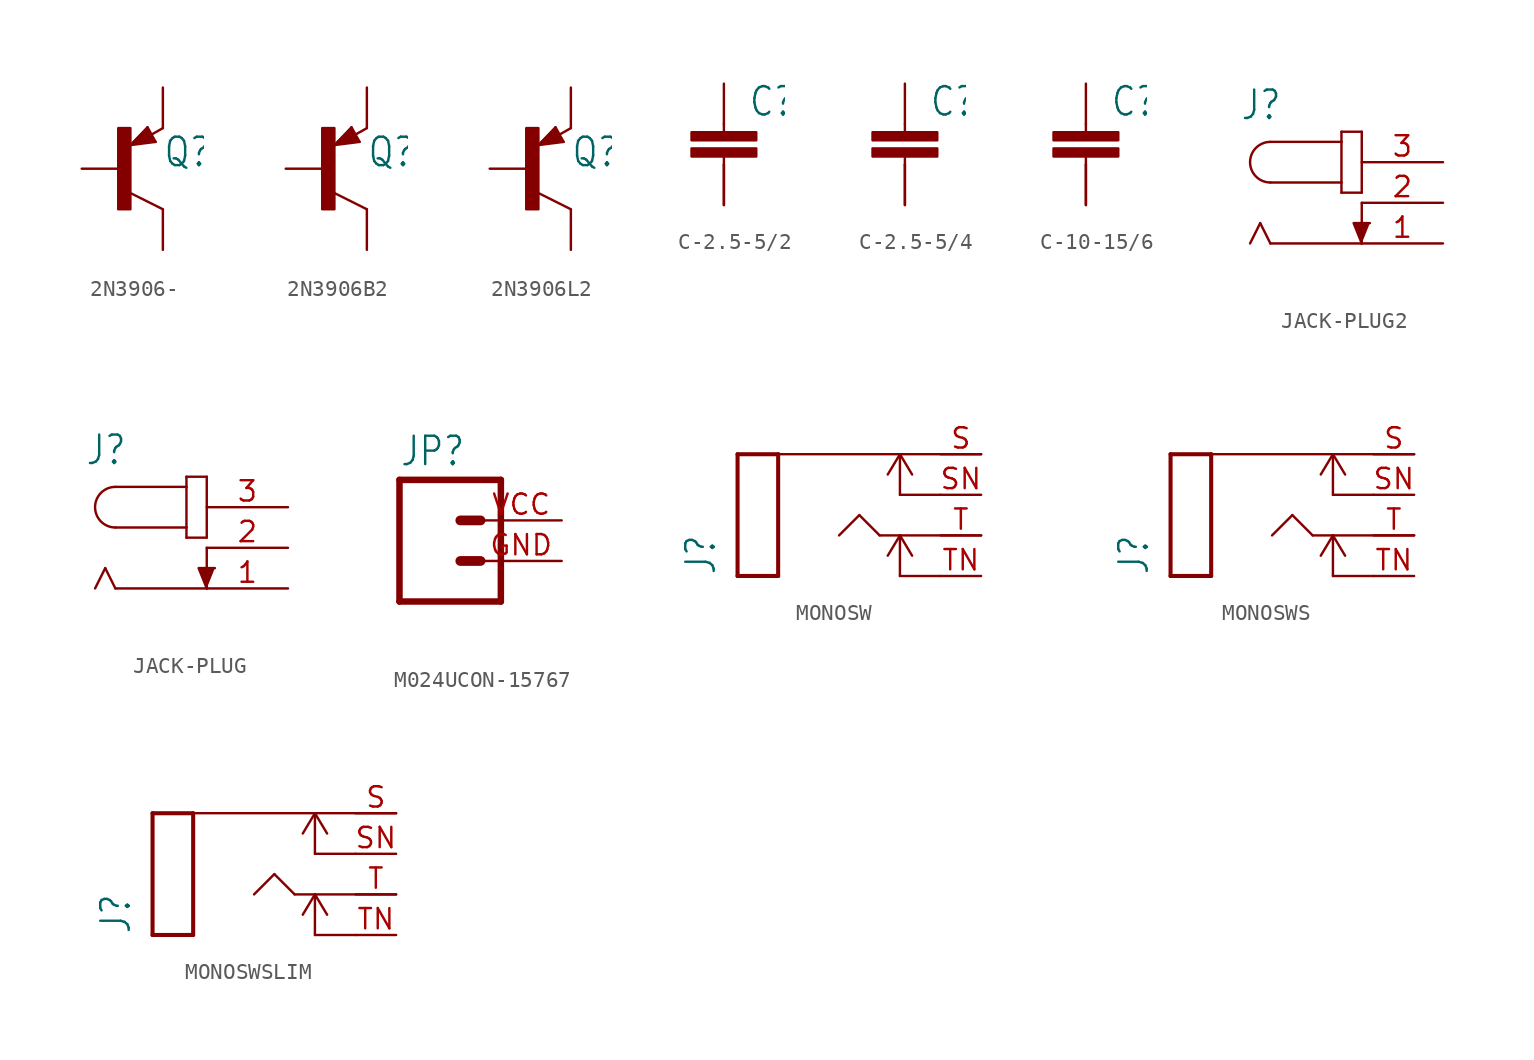
<source format=kicad_sym>
(kicad_symbol_lib
  (version 20231120)
  (generator "kicad_symbol_editor")
  (generator_version "8.0")
  (symbol "2N3906-"
    (property "Reference" "Q"
      (at 2.54 0 0)
      (effects (font (size 1.778 1.511)) (justify left bottom)))
    (property "Value" ""
      (at 2.54 -2.54 0)
      (effects (font (size 1.778 1.511)) (justify left bottom)))
    (property "ki_locked" ""
      (at 0 0 0)
      (effects (font (size 1.27 1.27))))
    (symbol "2N3906-_1_0"
      (rectangle (start -0.254 -2.54) (end 0.508 2.54) (stroke (width 0) (type default)) (fill (type outline)))
      (polyline (pts (xy 0.516 1.478) (xy 2.086 1.678)) (stroke (width 0.152) (type solid)) (fill (type none)))
      (polyline (pts (xy 0.762 1.651) (xy 1.778 1.778)) (stroke (width 0.254) (type solid)) (fill (type none)))
      (polyline (pts (xy 1.143 1.905) (xy 1.524 1.905)) (stroke (width 0.254) (type solid)) (fill (type none)))
      (polyline (pts (xy 1.524 2.159) (xy 1.143 1.905)) (stroke (width 0.254) (type solid)) (fill (type none)))
      (polyline (pts (xy 1.524 2.413) (xy 0.762 1.651)) (stroke (width 0.254) (type solid)) (fill (type none)))
      (polyline (pts (xy 1.578 2.594) (xy 0.516 1.478)) (stroke (width 0.152) (type solid)) (fill (type none)))
      (polyline (pts (xy 1.778 1.778) (xy 1.524 2.159)) (stroke (width 0.254) (type solid)) (fill (type none)))
      (polyline (pts (xy 1.905 1.778) (xy 1.524 2.413)) (stroke (width 0.254) (type solid)) (fill (type none)))
      (polyline (pts (xy 2.086 1.678) (xy 1.578 2.594)) (stroke (width 0.152) (type solid)) (fill (type none)))
      (polyline (pts (xy 2.54 -2.54) (xy 0.508 -1.524)) (stroke (width 0.152) (type solid)) (fill (type none)))
      (polyline (pts (xy 2.54 2.54) (xy 1.808 2.124)) (stroke (width 0.152) (type solid)) (fill (type none)))
      (pin passive line (at 2.54 -5.08 90) (length 2.54) (name "C" (effects (font (size 0 0)))) (number "1" (effects (font (size 0 0)))))
      (pin passive line (at -2.54 0 0) (length 2.54) (name "B" (effects (font (size 0 0)))) (number "2" (effects (font (size 0 0)))))
      (pin passive line (at 2.54 5.08 270) (length 2.54) (name "E" (effects (font (size 0 0)))) (number "3" (effects (font (size 0 0)))))))
  (symbol "2N3906B2"
    (property "Reference" "Q"
      (at 2.54 0 0)
      (effects (font (size 1.778 1.511)) (justify left bottom)))
    (property "Value" ""
      (at 2.54 -2.54 0)
      (effects (font (size 1.778 1.511)) (justify left bottom)))
    (property "ki_locked" ""
      (at 0 0 0)
      (effects (font (size 1.27 1.27))))
    (symbol "2N3906B2_1_0"
      (rectangle (start -0.254 -2.54) (end 0.508 2.54) (stroke (width 0) (type default)) (fill (type outline)))
      (polyline (pts (xy 0.516 1.478) (xy 2.086 1.678)) (stroke (width 0.152) (type solid)) (fill (type none)))
      (polyline (pts (xy 0.762 1.651) (xy 1.778 1.778)) (stroke (width 0.254) (type solid)) (fill (type none)))
      (polyline (pts (xy 1.143 1.905) (xy 1.524 1.905)) (stroke (width 0.254) (type solid)) (fill (type none)))
      (polyline (pts (xy 1.524 2.159) (xy 1.143 1.905)) (stroke (width 0.254) (type solid)) (fill (type none)))
      (polyline (pts (xy 1.524 2.413) (xy 0.762 1.651)) (stroke (width 0.254) (type solid)) (fill (type none)))
      (polyline (pts (xy 1.578 2.594) (xy 0.516 1.478)) (stroke (width 0.152) (type solid)) (fill (type none)))
      (polyline (pts (xy 1.778 1.778) (xy 1.524 2.159)) (stroke (width 0.254) (type solid)) (fill (type none)))
      (polyline (pts (xy 1.905 1.778) (xy 1.524 2.413)) (stroke (width 0.254) (type solid)) (fill (type none)))
      (polyline (pts (xy 2.086 1.678) (xy 1.578 2.594)) (stroke (width 0.152) (type solid)) (fill (type none)))
      (polyline (pts (xy 2.54 -2.54) (xy 0.508 -1.524)) (stroke (width 0.152) (type solid)) (fill (type none)))
      (polyline (pts (xy 2.54 2.54) (xy 1.808 2.124)) (stroke (width 0.152) (type solid)) (fill (type none)))
      (pin passive line (at 2.54 -5.08 90) (length 2.54) (name "C" (effects (font (size 0 0)))) (number "1" (effects (font (size 0 0)))))
      (pin passive line (at -2.54 0 0) (length 2.54) (name "B" (effects (font (size 0 0)))) (number "2" (effects (font (size 0 0)))))
      (pin passive line (at 2.54 5.08 270) (length 2.54) (name "E" (effects (font (size 0 0)))) (number "3" (effects (font (size 0 0)))))))
  (symbol "2N3906L2"
    (property "Reference" "Q"
      (at 2.54 0 0)
      (effects (font (size 1.778 1.511)) (justify left bottom)))
    (property "Value" ""
      (at 2.54 -2.54 0)
      (effects (font (size 1.778 1.511)) (justify left bottom)))
    (property "ki_locked" ""
      (at 0 0 0)
      (effects (font (size 1.27 1.27))))
    (symbol "2N3906L2_1_0"
      (rectangle (start -0.254 -2.54) (end 0.508 2.54) (stroke (width 0) (type default)) (fill (type outline)))
      (polyline (pts (xy 0.516 1.478) (xy 2.086 1.678)) (stroke (width 0.152) (type solid)) (fill (type none)))
      (polyline (pts (xy 0.762 1.651) (xy 1.778 1.778)) (stroke (width 0.254) (type solid)) (fill (type none)))
      (polyline (pts (xy 1.143 1.905) (xy 1.524 1.905)) (stroke (width 0.254) (type solid)) (fill (type none)))
      (polyline (pts (xy 1.524 2.159) (xy 1.143 1.905)) (stroke (width 0.254) (type solid)) (fill (type none)))
      (polyline (pts (xy 1.524 2.413) (xy 0.762 1.651)) (stroke (width 0.254) (type solid)) (fill (type none)))
      (polyline (pts (xy 1.578 2.594) (xy 0.516 1.478)) (stroke (width 0.152) (type solid)) (fill (type none)))
      (polyline (pts (xy 1.778 1.778) (xy 1.524 2.159)) (stroke (width 0.254) (type solid)) (fill (type none)))
      (polyline (pts (xy 1.905 1.778) (xy 1.524 2.413)) (stroke (width 0.254) (type solid)) (fill (type none)))
      (polyline (pts (xy 2.086 1.678) (xy 1.578 2.594)) (stroke (width 0.152) (type solid)) (fill (type none)))
      (polyline (pts (xy 2.54 -2.54) (xy 0.508 -1.524)) (stroke (width 0.152) (type solid)) (fill (type none)))
      (polyline (pts (xy 2.54 2.54) (xy 1.808 2.124)) (stroke (width 0.152) (type solid)) (fill (type none)))
      (pin passive line (at 2.54 -5.08 90) (length 2.54) (name "C" (effects (font (size 0 0)))) (number "1" (effects (font (size 0 0)))))
      (pin passive line (at -2.54 0 0) (length 2.54) (name "B" (effects (font (size 0 0)))) (number "2" (effects (font (size 0 0)))))
      (pin passive line (at 2.54 5.08 270) (length 2.54) (name "E" (effects (font (size 0 0)))) (number "3" (effects (font (size 0 0)))))))
  (symbol "C-2.5-5/2"
    (property "Reference" "C"
      (at 1.524 0.381 0)
      (effects (font (size 1.778 1.511)) (justify left bottom)))
    (property "Value" ""
      (at 1.524 -4.699 0)
      (effects (font (size 1.778 1.511)) (justify left bottom)))
    (property "ki_locked" ""
      (at 0 0 0)
      (effects (font (size 1.27 1.27))))
    (symbol "C-2.5-5/2_1_0"
      (rectangle (start -2.032 -2.032) (end 2.032 -1.524) (stroke (width 0) (type default)) (fill (type outline)))
      (rectangle (start -2.032 -1.016) (end 2.032 -0.508) (stroke (width 0) (type default)) (fill (type outline)))
      (polyline (pts (xy 0 -2.54) (xy 0 -2.032)) (stroke (width 0.152) (type solid)) (fill (type none)))
      (polyline (pts (xy 0 0) (xy 0 -0.508)) (stroke (width 0.152) (type solid)) (fill (type none)))
      (pin passive line (at 0 2.54 270) (length 2.54) (name "1" (effects (font (size 0 0)))) (number "1" (effects (font (size 0 0)))))
      (pin passive line (at 0 -5.08 90) (length 2.54) (name "2" (effects (font (size 0 0)))) (number "2" (effects (font (size 0 0)))))
      (pin passive line (at 0 -2.54 270) (length 2.54) (name "3" (effects (font (size 0 0)))) (number "3" (effects (font (size 0 0)))))))
  (symbol "C-2.5-5/4"
    (property "Reference" "C"
      (at 1.524 0.381 0)
      (effects (font (size 1.778 1.511)) (justify left bottom)))
    (property "Value" ""
      (at 1.524 -4.699 0)
      (effects (font (size 1.778 1.511)) (justify left bottom)))
    (property "ki_locked" ""
      (at 0 0 0)
      (effects (font (size 1.27 1.27))))
    (symbol "C-2.5-5/4_1_0"
      (rectangle (start -2.032 -2.032) (end 2.032 -1.524) (stroke (width 0) (type default)) (fill (type outline)))
      (rectangle (start -2.032 -1.016) (end 2.032 -0.508) (stroke (width 0) (type default)) (fill (type outline)))
      (polyline (pts (xy 0 -2.54) (xy 0 -2.032)) (stroke (width 0.152) (type solid)) (fill (type none)))
      (polyline (pts (xy 0 0) (xy 0 -0.508)) (stroke (width 0.152) (type solid)) (fill (type none)))
      (pin passive line (at 0 2.54 270) (length 2.54) (name "1" (effects (font (size 0 0)))) (number "1" (effects (font (size 0 0)))))
      (pin passive line (at 0 -5.08 90) (length 2.54) (name "2" (effects (font (size 0 0)))) (number "2" (effects (font (size 0 0)))))
      (pin passive line (at 0 -2.54 270) (length 2.54) (name "3" (effects (font (size 0 0)))) (number "3" (effects (font (size 0 0)))))))
  (symbol "C-10-15/6"
    (property "Reference" "C"
      (at 1.524 0.381 0)
      (effects (font (size 1.778 1.511)) (justify left bottom)))
    (property "Value" ""
      (at 1.524 -4.699 0)
      (effects (font (size 1.778 1.511)) (justify left bottom)))
    (property "ki_locked" ""
      (at 0 0 0)
      (effects (font (size 1.27 1.27))))
    (symbol "C-10-15/6_1_0"
      (rectangle (start -2.032 -2.032) (end 2.032 -1.524) (stroke (width 0) (type default)) (fill (type outline)))
      (rectangle (start -2.032 -1.016) (end 2.032 -0.508) (stroke (width 0) (type default)) (fill (type outline)))
      (polyline (pts (xy 0 -2.54) (xy 0 -2.032)) (stroke (width 0.152) (type solid)) (fill (type none)))
      (polyline (pts (xy 0 0) (xy 0 -0.508)) (stroke (width 0.152) (type solid)) (fill (type none)))
      (pin passive line (at 0 2.54 270) (length 2.54) (name "1" (effects (font (size 0 0)))) (number "1" (effects (font (size 0 0)))))
      (pin passive line (at 0 -5.08 90) (length 2.54) (name "2" (effects (font (size 0 0)))) (number "2" (effects (font (size 0 0)))))
      (pin passive line (at 0 -2.54 270) (length 2.54) (name "3" (effects (font (size 0 0)))) (number "3" (effects (font (size 0 0)))))))
  (symbol "JACK-PLUG2"
    (property "Reference" "J"
      (at -7.62 5.08 0)
      (effects (font (size 1.778 1.511)) (justify left bottom)))
    (property "Value" ""
      (at -7.62 -5.08 0)
      (effects (font (size 1.778 1.511)) (justify left bottom)))
    (property "ki_locked" ""
      (at 0 0 0)
      (effects (font (size 1.27 1.27))))
    (symbol "JACK-PLUG2_1_0"
      (arc (start -5.715 3.81) (mid -6.985 2.54) (end -5.715 1.27) (stroke (width 0.1524) (type solid)) (fill (type none)))
      (polyline (pts (xy -6.35 -1.27) (xy -6.985 -2.54)) (stroke (width 0.152) (type solid)) (fill (type none)))
      (polyline (pts (xy -5.715 -2.54) (xy -6.35 -1.27)) (stroke (width 0.152) (type solid)) (fill (type none)))
      (polyline (pts (xy -5.715 3.81) (xy -1.27 3.81)) (stroke (width 0.152) (type solid)) (fill (type none)))
      (polyline (pts (xy -1.27 0.635) (xy 0 0.635)) (stroke (width 0.152) (type solid)) (fill (type none)))
      (polyline (pts (xy -1.27 1.27) (xy -5.715 1.27)) (stroke (width 0.152) (type solid)) (fill (type none)))
      (polyline (pts (xy -1.27 1.27) (xy -1.27 0.635)) (stroke (width 0.152) (type solid)) (fill (type none)))
      (polyline (pts (xy -1.27 3.81) (xy -1.27 1.27)) (stroke (width 0.152) (type solid)) (fill (type none)))
      (polyline (pts (xy -1.27 4.445) (xy -1.27 3.81)) (stroke (width 0.152) (type solid)) (fill (type none)))
      (polyline (pts (xy 0 -2.54) (xy -5.715 -2.54)) (stroke (width 0.152) (type solid)) (fill (type none)))
      (polyline (pts (xy 0 0) (xy 0 -2.54)) (stroke (width 0.152) (type solid)) (fill (type none)))
      (polyline (pts (xy 0 0.635) (xy 0 4.445)) (stroke (width 0.152) (type solid)) (fill (type none)))
      (polyline (pts (xy 0 4.445) (xy -1.27 4.445)) (stroke (width 0.152) (type solid)) (fill (type none)))
      (polyline (pts (xy 0 -2.54) (xy -0.508 -1.27) (xy 0.508 -1.27)) (stroke (width 0.152) (type solid)) (fill (type outline)))
      (pin passive line (at 5.08 -2.54 180) (length 5.08) (name "1" (effects (font (size 0 0)))) (number "1" (effects (font (size 1.27 1.27)))))
      (pin passive line (at 5.08 0 180) (length 5.08) (name "2" (effects (font (size 0 0)))) (number "2" (effects (font (size 1.27 1.27)))))
      (pin passive line (at 5.08 2.54 180) (length 5.08) (name "3" (effects (font (size 0 0)))) (number "3" (effects (font (size 1.27 1.27)))))))
  (symbol "JACK-PLUG"
    (property "Reference" "J"
      (at -7.62 5.08 0)
      (effects (font (size 1.778 1.511)) (justify left bottom)))
    (property "Value" ""
      (at -7.62 -5.08 0)
      (effects (font (size 1.778 1.511)) (justify left bottom)))
    (property "ki_locked" ""
      (at 0 0 0)
      (effects (font (size 1.27 1.27))))
    (symbol "JACK-PLUG_1_0"
      (arc (start -5.715 3.81) (mid -6.985 2.54) (end -5.715 1.27) (stroke (width 0.1524) (type solid)) (fill (type none)))
      (polyline (pts (xy -6.35 -1.27) (xy -6.985 -2.54)) (stroke (width 0.152) (type solid)) (fill (type none)))
      (polyline (pts (xy -5.715 -2.54) (xy -6.35 -1.27)) (stroke (width 0.152) (type solid)) (fill (type none)))
      (polyline (pts (xy -5.715 3.81) (xy -1.27 3.81)) (stroke (width 0.152) (type solid)) (fill (type none)))
      (polyline (pts (xy -1.27 0.635) (xy 0 0.635)) (stroke (width 0.152) (type solid)) (fill (type none)))
      (polyline (pts (xy -1.27 1.27) (xy -5.715 1.27)) (stroke (width 0.152) (type solid)) (fill (type none)))
      (polyline (pts (xy -1.27 1.27) (xy -1.27 0.635)) (stroke (width 0.152) (type solid)) (fill (type none)))
      (polyline (pts (xy -1.27 3.81) (xy -1.27 1.27)) (stroke (width 0.152) (type solid)) (fill (type none)))
      (polyline (pts (xy -1.27 4.445) (xy -1.27 3.81)) (stroke (width 0.152) (type solid)) (fill (type none)))
      (polyline (pts (xy 0 -2.54) (xy -5.715 -2.54)) (stroke (width 0.152) (type solid)) (fill (type none)))
      (polyline (pts (xy 0 0) (xy 0 -2.54)) (stroke (width 0.152) (type solid)) (fill (type none)))
      (polyline (pts (xy 0 0.635) (xy 0 4.445)) (stroke (width 0.152) (type solid)) (fill (type none)))
      (polyline (pts (xy 0 4.445) (xy -1.27 4.445)) (stroke (width 0.152) (type solid)) (fill (type none)))
      (polyline (pts (xy 0 -2.54) (xy -0.508 -1.27) (xy 0.508 -1.27)) (stroke (width 0.152) (type solid)) (fill (type outline)))
      (pin passive line (at 5.08 -2.54 180) (length 5.08) (name "1" (effects (font (size 0 0)))) (number "1" (effects (font (size 1.27 1.27)))))
      (pin passive line (at 5.08 0 180) (length 5.08) (name "2" (effects (font (size 0 0)))) (number "2" (effects (font (size 1.27 1.27)))))
      (pin passive line (at 5.08 2.54 180) (length 5.08) (name "3" (effects (font (size 0 0)))) (number "3" (effects (font (size 1.27 1.27)))))))
  (symbol "M024UCON-15767"
    (property "Reference" "JP"
      (at -2.54 5.842 0)
      (effects (font (size 1.778 1.511)) (justify left bottom)))
    (property "Value" ""
      (at -2.54 -5.08 0)
      (effects (font (size 1.778 1.511)) (justify left bottom)))
    (property "ki_locked" ""
      (at 0 0 0)
      (effects (font (size 1.27 1.27))))
    (symbol "M024UCON-15767_1_0"
      (polyline (pts (xy -2.54 5.08) (xy -2.54 -2.54)) (stroke (width 0.406) (type solid)) (fill (type none)))
      (polyline (pts (xy -2.54 5.08) (xy 3.81 5.08)) (stroke (width 0.406) (type solid)) (fill (type none)))
      (polyline (pts (xy 1.27 0) (xy 2.54 0)) (stroke (width 0.61) (type solid)) (fill (type none)))
      (polyline (pts (xy 1.27 2.54) (xy 2.54 2.54)) (stroke (width 0.61) (type solid)) (fill (type none)))
      (polyline (pts (xy 3.81 -2.54) (xy -2.54 -2.54)) (stroke (width 0.406) (type solid)) (fill (type none)))
      (polyline (pts (xy 3.81 -2.54) (xy 3.81 5.08)) (stroke (width 0.406) (type solid)) (fill (type none)))
      (pin passive line (at 7.62 0 180) (length 5.08) (name "1" (effects (font (size 0 0)))) (number "GND" (effects (font (size 1.27 1.27)))))
      (pin passive line (at 7.62 2.54 180) (length 5.08) (name "2" (effects (font (size 0 0)))) (number "VCC" (effects (font (size 1.27 1.27)))))))
  (symbol "MONOSW"
    (property "Reference" "J"
      (at -3.81 -5.08 90)
      (effects (font (size 1.778 1.511)) (justify left bottom)))
    (property "ki_locked" ""
      (at 0 0 0)
      (effects (font (size 1.27 1.27))))
    (symbol "MONOSW_1_0"
      (polyline (pts (xy -2.54 -5.08) (xy -2.54 2.54)) (stroke (width 0.254) (type solid)) (fill (type none)))
      (polyline (pts (xy -2.54 2.54) (xy 0 2.54)) (stroke (width 0.254) (type solid)) (fill (type none)))
      (polyline (pts (xy 0 -5.08) (xy -2.54 -5.08)) (stroke (width 0.254) (type solid)) (fill (type none)))
      (polyline (pts (xy 0 2.54) (xy 0 -5.08)) (stroke (width 0.254) (type solid)) (fill (type none)))
      (polyline (pts (xy 0 2.54) (xy 7.62 2.54)) (stroke (width 0.152) (type solid)) (fill (type none)))
      (polyline (pts (xy 3.81 -2.54) (xy 5.08 -1.27)) (stroke (width 0.152) (type solid)) (fill (type none)))
      (polyline (pts (xy 5.08 -1.27) (xy 6.35 -2.54)) (stroke (width 0.152) (type solid)) (fill (type none)))
      (polyline (pts (xy 6.35 -2.54) (xy 7.62 -2.54)) (stroke (width 0.152) (type solid)) (fill (type none)))
      (polyline (pts (xy 6.858 -3.81) (xy 7.62 -2.54)) (stroke (width 0.152) (type solid)) (fill (type none)))
      (polyline (pts (xy 7.62 -5.08) (xy 7.62 -2.54)) (stroke (width 0.152) (type solid)) (fill (type none)))
      (polyline (pts (xy 7.62 -2.54) (xy 12.7 -2.54)) (stroke (width 0.152) (type solid)) (fill (type none)))
      (polyline (pts (xy 7.62 0) (xy 7.62 2.54)) (stroke (width 0.152) (type solid)) (fill (type none)))
      (polyline (pts (xy 7.62 2.54) (xy 6.858 1.27)) (stroke (width 0.152) (type solid)) (fill (type none)))
      (polyline (pts (xy 7.62 2.54) (xy 8.382 1.27)) (stroke (width 0.152) (type solid)) (fill (type none)))
      (polyline (pts (xy 7.62 2.54) (xy 12.7 2.54)) (stroke (width 0.152) (type solid)) (fill (type none)))
      (polyline (pts (xy 8.382 -3.81) (xy 7.62 -2.54)) (stroke (width 0.152) (type solid)) (fill (type none)))
      (polyline (pts (xy 10.16 -5.08) (xy 7.62 -5.08)) (stroke (width 0.152) (type solid)) (fill (type none)))
      (polyline (pts (xy 10.16 0) (xy 7.62 0)) (stroke (width 0.152) (type solid)) (fill (type none)))
      (pin passive line (at 12.7 2.54 180) (length 2.54) (name "S" (effects (font (size 0 0)))) (number "S" (effects (font (size 1.27 1.27)))))
      (pin passive line (at 12.7 0 180) (length 2.54) (name "SN" (effects (font (size 0 0)))) (number "SN" (effects (font (size 1.27 1.27)))))
      (pin passive line (at 12.7 -2.54 180) (length 2.54) (name "T" (effects (font (size 0 0)))) (number "T" (effects (font (size 1.27 1.27)))))
      (pin passive line (at 12.7 -5.08 180) (length 2.54) (name "TN" (effects (font (size 0 0)))) (number "TN" (effects (font (size 1.27 1.27)))))))
  (symbol "MONOSWS"
    (property "Reference" "J"
      (at -3.81 -5.08 90)
      (effects (font (size 1.778 1.511)) (justify left bottom)))
    (property "ki_locked" ""
      (at 0 0 0)
      (effects (font (size 1.27 1.27))))
    (symbol "MONOSWS_1_0"
      (polyline (pts (xy -2.54 -5.08) (xy -2.54 2.54)) (stroke (width 0.254) (type solid)) (fill (type none)))
      (polyline (pts (xy -2.54 2.54) (xy 0 2.54)) (stroke (width 0.254) (type solid)) (fill (type none)))
      (polyline (pts (xy 0 -5.08) (xy -2.54 -5.08)) (stroke (width 0.254) (type solid)) (fill (type none)))
      (polyline (pts (xy 0 2.54) (xy 0 -5.08)) (stroke (width 0.254) (type solid)) (fill (type none)))
      (polyline (pts (xy 0 2.54) (xy 7.62 2.54)) (stroke (width 0.152) (type solid)) (fill (type none)))
      (polyline (pts (xy 3.81 -2.54) (xy 5.08 -1.27)) (stroke (width 0.152) (type solid)) (fill (type none)))
      (polyline (pts (xy 5.08 -1.27) (xy 6.35 -2.54)) (stroke (width 0.152) (type solid)) (fill (type none)))
      (polyline (pts (xy 6.35 -2.54) (xy 7.62 -2.54)) (stroke (width 0.152) (type solid)) (fill (type none)))
      (polyline (pts (xy 6.858 -3.81) (xy 7.62 -2.54)) (stroke (width 0.152) (type solid)) (fill (type none)))
      (polyline (pts (xy 7.62 -5.08) (xy 7.62 -2.54)) (stroke (width 0.152) (type solid)) (fill (type none)))
      (polyline (pts (xy 7.62 -2.54) (xy 12.7 -2.54)) (stroke (width 0.152) (type solid)) (fill (type none)))
      (polyline (pts (xy 7.62 0) (xy 7.62 2.54)) (stroke (width 0.152) (type solid)) (fill (type none)))
      (polyline (pts (xy 7.62 2.54) (xy 6.858 1.27)) (stroke (width 0.152) (type solid)) (fill (type none)))
      (polyline (pts (xy 7.62 2.54) (xy 8.382 1.27)) (stroke (width 0.152) (type solid)) (fill (type none)))
      (polyline (pts (xy 7.62 2.54) (xy 12.7 2.54)) (stroke (width 0.152) (type solid)) (fill (type none)))
      (polyline (pts (xy 8.382 -3.81) (xy 7.62 -2.54)) (stroke (width 0.152) (type solid)) (fill (type none)))
      (polyline (pts (xy 10.16 -5.08) (xy 7.62 -5.08)) (stroke (width 0.152) (type solid)) (fill (type none)))
      (polyline (pts (xy 10.16 0) (xy 7.62 0)) (stroke (width 0.152) (type solid)) (fill (type none)))
      (pin passive line (at 12.7 2.54 180) (length 2.54) (name "S" (effects (font (size 0 0)))) (number "S" (effects (font (size 1.27 1.27)))))
      (pin passive line (at 12.7 0 180) (length 2.54) (name "SN" (effects (font (size 0 0)))) (number "SN" (effects (font (size 1.27 1.27)))))
      (pin passive line (at 12.7 -2.54 180) (length 2.54) (name "T" (effects (font (size 0 0)))) (number "T" (effects (font (size 1.27 1.27)))))
      (pin passive line (at 12.7 -5.08 180) (length 2.54) (name "TN" (effects (font (size 0 0)))) (number "TN" (effects (font (size 1.27 1.27)))))))
  (symbol "MONOSWSLIM"
    (property "Reference" "J"
      (at -3.81 -5.08 90)
      (effects (font (size 1.778 1.511)) (justify left bottom)))
    (property "ki_locked" ""
      (at 0 0 0)
      (effects (font (size 1.27 1.27))))
    (symbol "MONOSWSLIM_1_0"
      (polyline (pts (xy -2.54 -5.08) (xy -2.54 2.54)) (stroke (width 0.254) (type solid)) (fill (type none)))
      (polyline (pts (xy -2.54 2.54) (xy 0 2.54)) (stroke (width 0.254) (type solid)) (fill (type none)))
      (polyline (pts (xy 0 -5.08) (xy -2.54 -5.08)) (stroke (width 0.254) (type solid)) (fill (type none)))
      (polyline (pts (xy 0 2.54) (xy 0 -5.08)) (stroke (width 0.254) (type solid)) (fill (type none)))
      (polyline (pts (xy 0 2.54) (xy 7.62 2.54)) (stroke (width 0.152) (type solid)) (fill (type none)))
      (polyline (pts (xy 3.81 -2.54) (xy 5.08 -1.27)) (stroke (width 0.152) (type solid)) (fill (type none)))
      (polyline (pts (xy 5.08 -1.27) (xy 6.35 -2.54)) (stroke (width 0.152) (type solid)) (fill (type none)))
      (polyline (pts (xy 6.35 -2.54) (xy 7.62 -2.54)) (stroke (width 0.152) (type solid)) (fill (type none)))
      (polyline (pts (xy 6.858 -3.81) (xy 7.62 -2.54)) (stroke (width 0.152) (type solid)) (fill (type none)))
      (polyline (pts (xy 7.62 -5.08) (xy 7.62 -2.54)) (stroke (width 0.152) (type solid)) (fill (type none)))
      (polyline (pts (xy 7.62 -2.54) (xy 12.7 -2.54)) (stroke (width 0.152) (type solid)) (fill (type none)))
      (polyline (pts (xy 7.62 0) (xy 7.62 2.54)) (stroke (width 0.152) (type solid)) (fill (type none)))
      (polyline (pts (xy 7.62 2.54) (xy 6.858 1.27)) (stroke (width 0.152) (type solid)) (fill (type none)))
      (polyline (pts (xy 7.62 2.54) (xy 8.382 1.27)) (stroke (width 0.152) (type solid)) (fill (type none)))
      (polyline (pts (xy 7.62 2.54) (xy 12.7 2.54)) (stroke (width 0.152) (type solid)) (fill (type none)))
      (polyline (pts (xy 8.382 -3.81) (xy 7.62 -2.54)) (stroke (width 0.152) (type solid)) (fill (type none)))
      (polyline (pts (xy 10.16 -5.08) (xy 7.62 -5.08)) (stroke (width 0.152) (type solid)) (fill (type none)))
      (polyline (pts (xy 10.16 0) (xy 7.62 0)) (stroke (width 0.152) (type solid)) (fill (type none)))
      (pin passive line (at 12.7 2.54 180) (length 2.54) (name "S" (effects (font (size 0 0)))) (number "S" (effects (font (size 1.27 1.27)))))
      (pin passive line (at 12.7 0 180) (length 2.54) (name "SN" (effects (font (size 0 0)))) (number "SN" (effects (font (size 1.27 1.27)))))
      (pin passive line (at 12.7 -2.54 180) (length 2.54) (name "T" (effects (font (size 0 0)))) (number "T" (effects (font (size 1.27 1.27)))))
      (pin passive line (at 12.7 -5.08 180) (length 2.54) (name "TN" (effects (font (size 0 0)))) (number "TN" (effects (font (size 1.27 1.27))))))))
</source>
